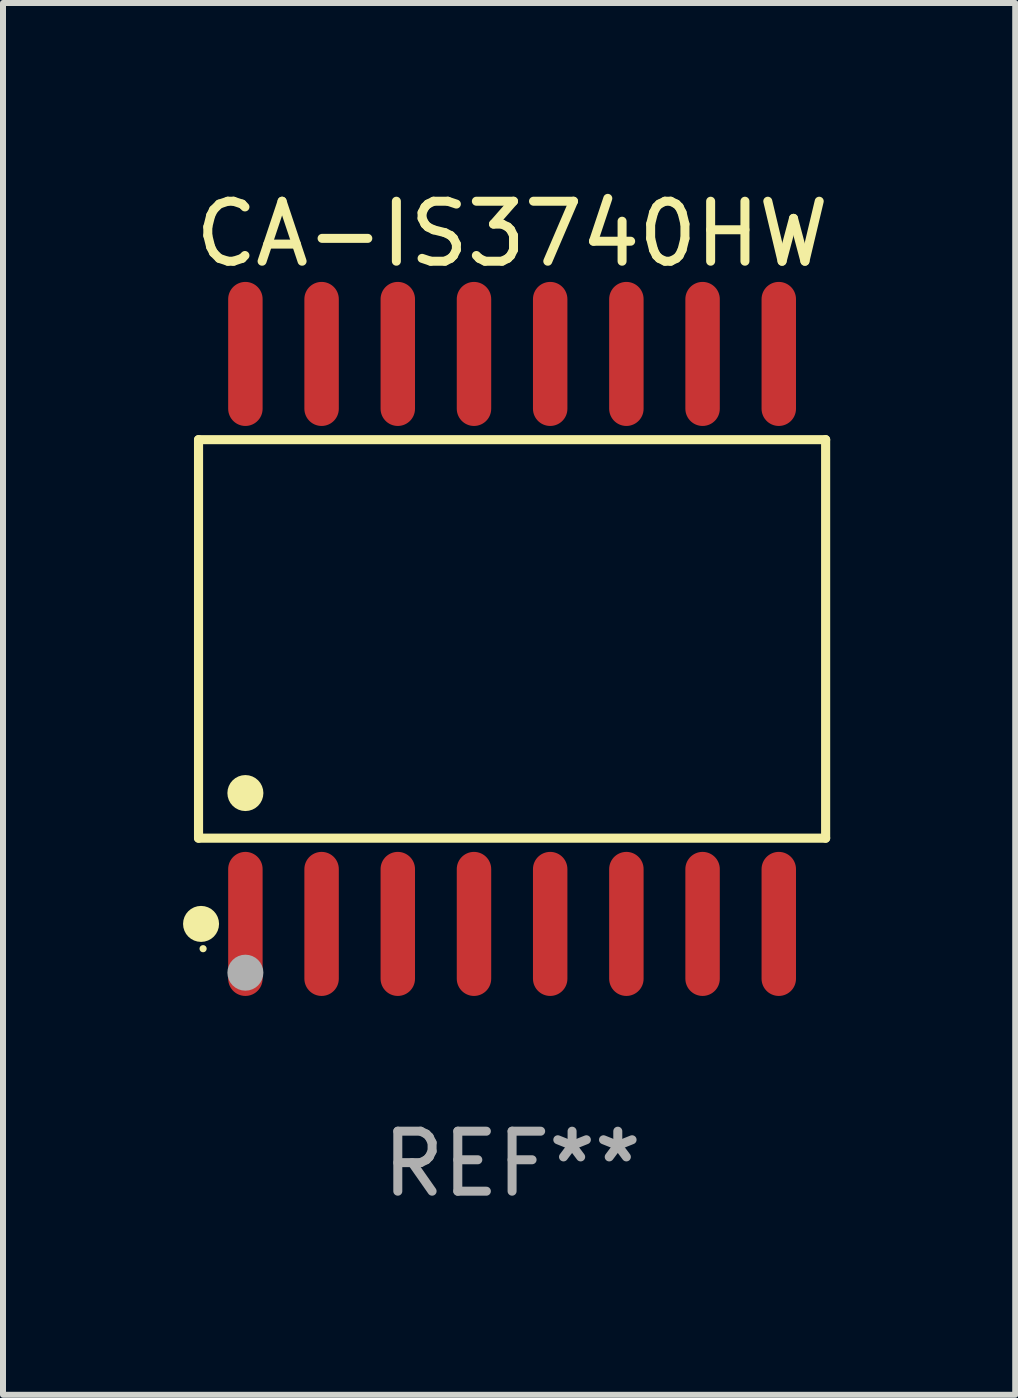
<source format=kicad_pcb>
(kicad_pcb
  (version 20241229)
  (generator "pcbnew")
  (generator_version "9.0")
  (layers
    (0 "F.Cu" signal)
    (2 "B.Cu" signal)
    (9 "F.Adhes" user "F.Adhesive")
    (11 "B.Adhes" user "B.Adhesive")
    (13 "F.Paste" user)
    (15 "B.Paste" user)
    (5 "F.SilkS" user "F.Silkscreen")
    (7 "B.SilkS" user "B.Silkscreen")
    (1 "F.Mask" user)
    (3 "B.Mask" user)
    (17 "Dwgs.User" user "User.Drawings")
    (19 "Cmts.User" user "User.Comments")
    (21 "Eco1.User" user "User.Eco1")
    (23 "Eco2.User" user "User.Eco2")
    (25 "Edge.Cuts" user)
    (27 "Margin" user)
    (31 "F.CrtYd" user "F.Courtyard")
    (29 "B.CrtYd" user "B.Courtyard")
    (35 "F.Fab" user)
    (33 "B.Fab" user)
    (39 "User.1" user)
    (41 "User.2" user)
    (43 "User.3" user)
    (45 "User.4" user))
  (footprint "CA-IS3740HW"
    (layer "F.Cu")
    (at 5.485 7.599)
    (property "Reference" "CA-IS3740HW" (at 0 -6.75 0) (layer "F.SilkS") (effects (font (size 1 1) (thickness 0.15))))
    (attr through_hole)
    (fp_line (start -5.226 -3.321) (end 5.226 -3.321) (stroke (width 0.152) (type solid)) (layer "F.SilkS"))
    (fp_line (start -5.226 3.321) (end -5.226 -3.321) (stroke (width 0.152) (type solid)) (layer "F.SilkS"))
    (fp_line (start 5.226 -3.321) (end 5.226 3.321) (stroke (width 0.152) (type solid)) (layer "F.SilkS"))
    (fp_line (start 5.226 3.321) (end -5.226 3.321) (stroke (width 0.152) (type solid)) (layer "F.SilkS"))
    (fp_circle (center -5.184 4.75) (end -5.034 4.75) (stroke (width 0.3) (type solid)) (fill no) (layer "F.SilkS"))
    (fp_circle (center -5.15 5.163) (end -5.12 5.163) (stroke (width 0.06) (type solid)) (fill no) (layer "F.SilkS"))
    (fp_circle (center -4.445 2.569) (end -4.295 2.569) (stroke (width 0.3) (type solid)) (fill no) (layer "F.SilkS"))
    (fp_circle (center -4.445 5.563) (end -4.295 5.563) (stroke (width 0.3) (type solid)) (fill no) (layer "F.Fab"))
    (fp_text user "REF**" (at 0 8.75 0) (layer "F.Fab") (effects (font (size 1 1) (thickness 0.15))))
    (pad "1" smd oval (at -4.445 4.75) (size 0.574 2.401) (layers "F.Cu" "F.Mask" "F.Paste"))
    (pad "2" smd oval (at -3.175 4.75) (size 0.574 2.401) (layers "F.Cu" "F.Mask" "F.Paste"))
    (pad "3" smd oval (at -1.905 4.75) (size 0.574 2.401) (layers "F.Cu" "F.Mask" "F.Paste"))
    (pad "4" smd oval (at -0.635 4.75) (size 0.574 2.401) (layers "F.Cu" "F.Mask" "F.Paste"))
    (pad "5" smd oval (at 0.635 4.75) (size 0.574 2.401) (layers "F.Cu" "F.Mask" "F.Paste"))
    (pad "6" smd oval (at 1.905 4.75) (size 0.574 2.401) (layers "F.Cu" "F.Mask" "F.Paste"))
    (pad "7" smd oval (at 3.175 4.75) (size 0.574 2.401) (layers "F.Cu" "F.Mask" "F.Paste"))
    (pad "8" smd oval (at 4.445 4.75) (size 0.574 2.401) (layers "F.Cu" "F.Mask" "F.Paste"))
    (pad "9" smd oval (at 4.445 -4.75) (size 0.574 2.401) (layers "F.Cu" "F.Mask" "F.Paste"))
    (pad "10" smd oval (at 3.175 -4.75) (size 0.574 2.401) (layers "F.Cu" "F.Mask" "F.Paste"))
    (pad "11" smd oval (at 1.905 -4.75) (size 0.574 2.401) (layers "F.Cu" "F.Mask" "F.Paste"))
    (pad "12" smd oval (at 0.635 -4.75) (size 0.574 2.401) (layers "F.Cu" "F.Mask" "F.Paste"))
    (pad "13" smd oval (at -0.635 -4.75) (size 0.574 2.401) (layers "F.Cu" "F.Mask" "F.Paste"))
    (pad "14" smd oval (at -1.905 -4.75) (size 0.574 2.401) (layers "F.Cu" "F.Mask" "F.Paste"))
    (pad "15" smd oval (at -3.175 -4.75) (size 0.574 2.401) (layers "F.Cu" "F.Mask" "F.Paste"))
    (pad "16" smd oval (at -4.445 -4.75) (size 0.574 2.401) (layers "F.Cu" "F.Mask" "F.Paste")))
  (gr_rect
    (start -3 -3)
    (end 13.871 20.197)
    (stroke (width 0.1) (type default))
    (fill no)
    (layer "Edge.Cuts")))
</source>
